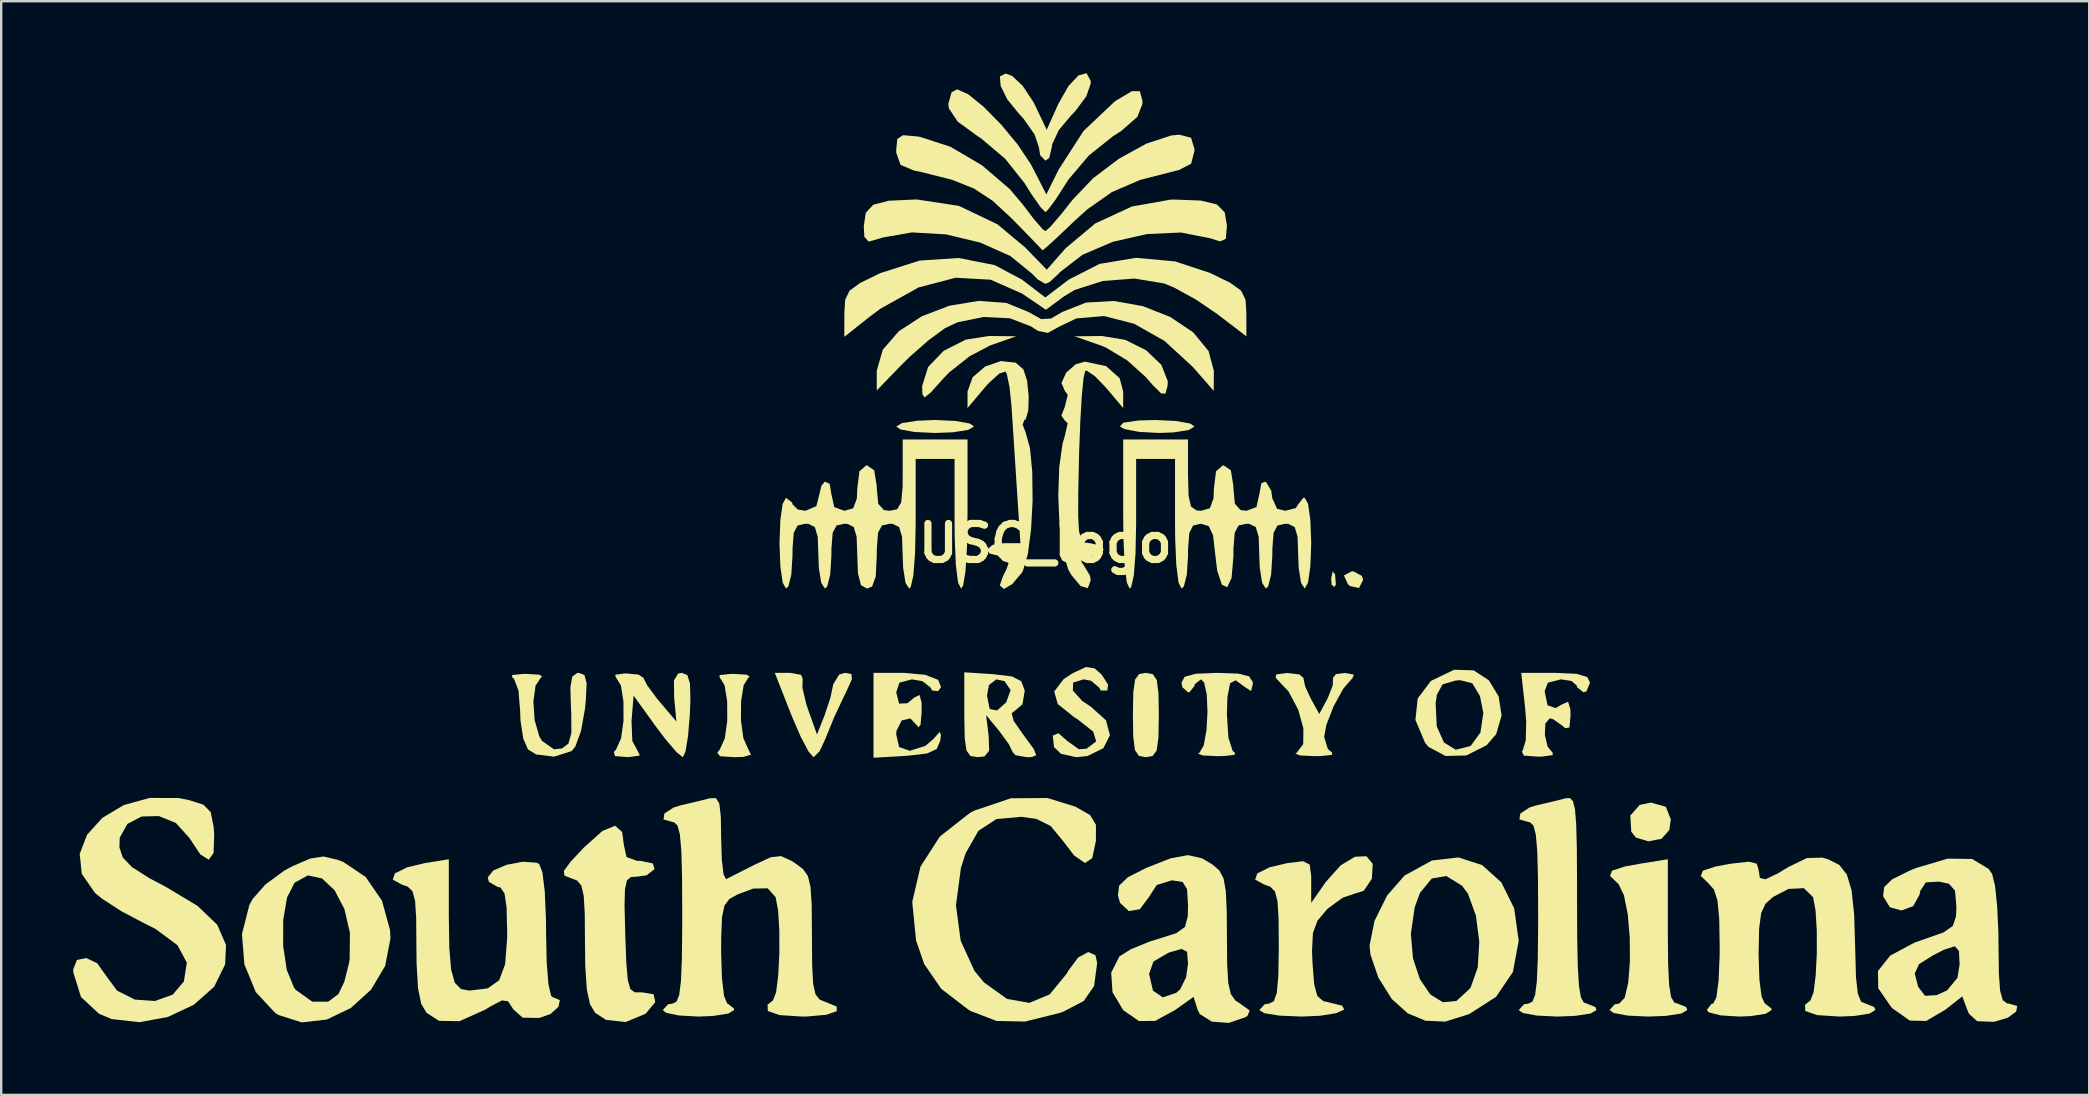
<source format=kicad_pcb>
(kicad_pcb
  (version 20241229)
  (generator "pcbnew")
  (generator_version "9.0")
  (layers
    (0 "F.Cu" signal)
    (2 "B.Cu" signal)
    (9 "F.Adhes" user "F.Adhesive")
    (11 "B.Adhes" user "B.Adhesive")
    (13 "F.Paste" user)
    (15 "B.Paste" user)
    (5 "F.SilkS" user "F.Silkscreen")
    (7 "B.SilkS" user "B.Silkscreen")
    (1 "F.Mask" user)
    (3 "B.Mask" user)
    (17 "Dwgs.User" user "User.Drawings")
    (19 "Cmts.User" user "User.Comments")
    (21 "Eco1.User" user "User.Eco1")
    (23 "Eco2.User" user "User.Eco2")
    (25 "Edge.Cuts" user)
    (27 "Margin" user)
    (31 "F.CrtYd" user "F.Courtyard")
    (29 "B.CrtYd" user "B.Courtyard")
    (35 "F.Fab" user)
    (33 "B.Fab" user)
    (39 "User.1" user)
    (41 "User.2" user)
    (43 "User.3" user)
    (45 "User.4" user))
  (footprint "USC_logo"
    (layer "F.Cu")
    (at 40.513 19.587)
    (property "Reference" "USC_logo" (at 0 0 0) (layer "F.SilkS") (effects (font (size 1.5 1.5) (thickness 0.3))))
    (attr board_only exclude_from_pos_files exclude_from_bom)
    (fp_poly (pts (xy 12.074 1.3) (xy 12.106 1.723) (xy 12.053 1.818) (xy 11.93 1.738) (xy 11.911 1.464) (xy 11.977 1.175)) (stroke (width 0) (type solid)) (fill yes) (layer "F.SilkS"))
    (fp_poly (pts (xy 13.194 1.364) (xy 13.24 1.531) (xy 13.07 1.865) (xy 12.696 1.786) (xy 12.61 1.711) (xy 12.443 1.345) (xy 12.764 1.173) (xy 12.835 1.171)) (stroke (width 0) (type solid)) (fill yes) (layer "F.SilkS"))
    (fp_poly (pts (xy 25.856 10.984) (xy 26.065 11.508) (xy 26 11.957) (xy 25.676 12.318) (xy 25.127 12.424) (xy 24.61 12.266) (xy 24.417 12.024) (xy 24.377 11.348) (xy 24.771 10.906) (xy 25.234 10.809)) (stroke (width 0) (type solid)) (fill yes) (layer "F.SilkS"))
    (fp_poly (pts (xy -3.73 -5.093) (xy -3.145 -4.986) (xy -2.972 -4.864) (xy -3.218 -4.72) (xy -3.861 -4.622) (xy -4.594 -4.594) (xy -5.457 -4.635) (xy -6.043 -4.742) (xy -6.215 -4.864) (xy -5.969 -5.008) (xy -5.326 -5.105) (xy -4.594 -5.134)) (stroke (width 0) (type solid)) (fill yes) (layer "F.SilkS"))
    (fp_poly (pts (xy 5.448 -5.093) (xy 6.038 -4.987) (xy 6.215 -4.864) (xy 5.971 -4.715) (xy 5.341 -4.617) (xy 4.745 -4.594) (xy 3.898 -4.64) (xy 3.292 -4.758) (xy 3.107 -4.864) (xy 3.251 -5.022) (xy 3.877 -5.114) (xy 4.578 -5.134)) (stroke (width 0) (type solid)) (fill yes) (layer "F.SilkS"))
    (fp_poly (pts (xy -1.216 -8.623) (xy -2.297 -8.244) (xy -3.153 -7.793) (xy -4.006 -7.119) (xy -4.256 -6.859) (xy -4.777 -6.278) (xy -5.036 -6.073) (xy -5.124 -6.213) (xy -5.134 -6.551) (xy -4.887 -7.342) (xy -4.235 -8.02) (xy -3.314 -8.484) (xy -2.344 -8.635)) (stroke (width 0) (type solid)) (fill yes) (layer "F.SilkS"))
    (fp_poly (pts (xy 3.331 -8.474) (xy 4.2 -8.04) (xy 4.834 -7.432) (xy 5.102 -6.752) (xy 5.093 -6.558) (xy 5.007 -6.238) (xy 4.831 -6.239) (xy 4.466 -6.601) (xy 4.188 -6.92) (xy 3.421 -7.612) (xy 2.522 -8.154) (xy 2.297 -8.245) (xy 1.216 -8.623) (xy 2.36 -8.635)) (stroke (width 0) (type solid)) (fill yes) (layer "F.SilkS"))
    (fp_poly (pts (xy 4.481 5.459) (xy 4.644 5.703) (xy 4.714 6.255) (xy 4.729 7.161) (xy 4.712 8.111) (xy 4.637 8.641) (xy 4.467 8.87) (xy 4.188 8.917) (xy 3.896 8.862) (xy 3.733 8.618) (xy 3.662 8.066) (xy 3.648 7.161) (xy 3.665 6.21) (xy 3.74 5.68) (xy 3.91 5.451) (xy 4.188 5.404)) (stroke (width 0) (type solid)) (fill yes) (layer "F.SilkS"))
    (fp_poly (pts (xy -12.443 5.479) (xy -12.316 5.558) (xy -12.362 5.583) (xy -12.573 5.921) (xy -12.681 6.59) (xy -12.685 7.391) (xy -12.585 8.124) (xy -12.379 8.59) (xy -12.376 8.593) (xy -12.268 8.813) (xy -12.586 8.906) (xy -12.97 8.917) (xy -13.554 8.877) (xy -13.672 8.732) (xy -13.565 8.593) (xy -13.358 8.131) (xy -13.256 7.4) (xy -13.259 6.599) (xy -13.366 5.927) (xy -13.575 5.585) (xy -13.578 5.583) (xy -13.573 5.496) (xy -13.139 5.449) (xy -12.97 5.447)) (stroke (width 0) (type solid)) (fill yes) (layer "F.SilkS"))
    (fp_poly (pts (xy -10.181 5.485) (xy -10.114 5.643) (xy -10.123 6.028) (xy -9.966 6.694) (xy -9.889 6.927) (xy -9.517 7.971) (xy -9.196 7.161) (xy -8.956 6.436) (xy -8.839 5.877) (xy -8.594 5.476) (xy -8.348 5.404) (xy -8.081 5.449) (xy -8.064 5.671) (xy -8.303 6.205) (xy -8.385 6.367) (xy -8.79 7.228) (xy -9.126 8.049) (xy -9.153 8.123) (xy -9.412 8.677) (xy -9.656 8.917) (xy -9.662 8.917) (xy -9.868 8.685) (xy -10.191 8.074) (xy -10.563 7.213) (xy -10.584 7.161) (xy -11.274 5.404) (xy -10.62 5.404)) (stroke (width 0) (type solid)) (fill yes) (layer "F.SilkS"))
    (fp_poly (pts (xy 1.885 -19.278) (xy 1.891 -19.15) (xy 1.703 -18.617) (xy 1.234 -17.988) (xy 1.081 -17.834) (xy 0.562 -17.218) (xy 0.285 -16.63) (xy 0.27 -16.51) (xy 0.162 -16.056) (xy 0 -15.943) (xy -0.217 -16.17) (xy -0.27 -16.504) (xy -0.453 -17.041) (xy -0.91 -17.692) (xy -1.081 -17.876) (xy -1.586 -18.495) (xy -1.864 -19.058) (xy -1.894 -19.454) (xy -1.655 -19.573) (xy -1.386 -19.474) (xy -0.946 -19.062) (xy -0.497 -18.383) (xy -0.412 -18.215) (xy 0.057 -17.227) (xy 0.537 -18.3) (xy 0.958 -19.045) (xy 1.379 -19.492) (xy 1.716 -19.587)) (stroke (width 0) (type solid)) (fill yes) (layer "F.SilkS"))
    (fp_poly (pts (xy 25.94 16.178) (xy 25.952 17.517) (xy 25.994 18.402) (xy 26.077 18.917) (xy 26.214 19.147) (xy 26.346 19.185) (xy 26.705 19.331) (xy 26.751 19.455) (xy 26.505 19.599) (xy 25.862 19.697) (xy 25.13 19.726) (xy 24.266 19.685) (xy 23.681 19.577) (xy 23.509 19.455) (xy 23.727 19.216) (xy 23.914 19.185) (xy 24.143 18.942) (xy 24.292 18.306) (xy 24.361 17.42) (xy 24.353 16.425) (xy 24.27 15.462) (xy 24.113 14.675) (xy 23.885 14.203) (xy 23.847 14.17) (xy 23.532 13.865) (xy 23.616 13.647) (xy 24.153 13.472) (xy 24.802 13.353) (xy 25.94 13.171)) (stroke (width 0) (type solid)) (fill yes) (layer "F.SilkS"))
    (fp_poly (pts (xy 17.847 5.298) (xy 18.483 5.714) (xy 18.891 6.387) (xy 19.012 7.179) (xy 18.788 7.955) (xy 18.39 8.419) (xy 17.543 8.845) (xy 16.679 8.867) (xy 15.97 8.491) (xy 15.823 8.316) (xy 15.422 7.364) (xy 15.495 6.675) (xy 16.264 6.675) (xy 16.311 7.635) (xy 16.612 8.306) (xy 17.101 8.607) (xy 17.708 8.454) (xy 17.73 8.44) (xy 18.132 7.887) (xy 18.252 7.073) (xy 18.111 6.368) (xy 17.792 5.837) (xy 17.281 5.709) (xy 17.091 5.724) (xy 16.553 5.883) (xy 16.317 6.309) (xy 16.264 6.675) (xy 15.495 6.675) (xy 15.517 6.47) (xy 16.067 5.739) (xy 17.028 5.277) (xy 17.04 5.274)) (stroke (width 0) (type solid)) (fill yes) (layer "F.SilkS"))
    (fp_poly (pts (xy 2.051 5.216) (xy 2.341 5.468) (xy 2.615 5.893) (xy 2.581 6.141) (xy 2.313 6.139) (xy 2.237 6.012) (xy 1.901 5.73) (xy 1.599 5.674) (xy 1.158 5.807) (xy 1.145 6.138) (xy 1.533 6.572) (xy 1.893 6.81) (xy 2.528 7.381) (xy 2.69 8.002) (xy 2.418 8.542) (xy 1.748 8.872) (xy 1.289 8.917) (xy 0.655 8.779) (xy 0.363 8.5) (xy 0.308 8.017) (xy 0.547 7.92) (xy 0.909 8.238) (xy 1.396 8.585) (xy 1.717 8.564) (xy 2.119 8.259) (xy 1.994 7.852) (xy 1.343 7.337) (xy 1.203 7.252) (xy 0.517 6.704) (xy 0.369 6.18) (xy 0.76 5.666) (xy 1.143 5.416) (xy 1.693 5.159)) (stroke (width 0) (type solid)) (fill yes) (layer "F.SilkS"))
    (fp_poly (pts (xy 12.855 5.476) (xy 12.805 5.611) (xy 12.415 6.062) (xy 12.011 6.797) (xy 11.709 7.576) (xy 11.619 8.07) (xy 11.77 8.573) (xy 11.957 8.738) (xy 11.937 8.821) (xy 11.49 8.869) (xy 11.214 8.874) (xy 10.626 8.846) (xy 10.42 8.774) (xy 10.471 8.738) (xy 10.746 8.372) (xy 10.754 7.721) (xy 10.537 6.94) (xy 10.14 6.186) (xy 9.605 5.616) (xy 9.599 5.611) (xy 9.621 5.47) (xy 10.062 5.408) (xy 10.065 5.408) (xy 10.584 5.468) (xy 10.751 5.607) (xy 10.827 5.97) (xy 11.055 6.463) (xy 11.416 7.116) (xy 11.764 6.466) (xy 11.979 5.919) (xy 11.985 5.61) (xy 12.109 5.455) (xy 12.481 5.408)) (stroke (width 0) (type solid)) (fill yes) (layer "F.SilkS"))
    (fp_poly (pts (xy 8.034 5.434) (xy 8.488 5.547) (xy 8.642 5.78) (xy 8.647 5.864) (xy 8.574 6.162) (xy 8.323 5.999) (xy 7.933 5.712) (xy 7.697 5.838) (xy 7.586 6.421) (xy 7.566 7.138) (xy 7.629 8.105) (xy 7.805 8.654) (xy 7.904 8.738) (xy 7.884 8.821) (xy 7.437 8.869) (xy 7.161 8.874) (xy 6.572 8.846) (xy 6.367 8.774) (xy 6.418 8.738) (xy 6.599 8.43) (xy 6.714 7.801) (xy 6.757 7.031) (xy 6.726 6.303) (xy 6.614 5.798) (xy 6.485 5.674) (xy 6.223 5.88) (xy 6.215 5.945) (xy 6.009 6.207) (xy 5.945 6.215) (xy 5.705 5.996) (xy 5.674 5.81) (xy 5.808 5.565) (xy 6.276 5.439) (xy 7.161 5.404)) (stroke (width 0) (type solid)) (fill yes) (layer "F.SilkS"))
    (fp_poly (pts (xy -3.217 -18.711) (xy -2.563 -18.179) (xy -1.834 -17.437) (xy -1.144 -16.603) (xy -0.607 -15.795) (xy -0.532 -15.655) (xy 0.04 -14.535) (xy 0.558 -15.577) (xy 1.591 -17.178) (xy 2.877 -18.395) (xy 2.965 -18.457) (xy 3.607 -18.837) (xy 3.939 -18.836) (xy 4.044 -18.443) (xy 4.045 -18.307) (xy 3.833 -17.766) (xy 3.175 -17.189) (xy 2.822 -16.962) (xy 1.815 -16.16) (xy 0.964 -15.156) (xy 0.872 -15.012) (xy 0.435 -14.33) (xy 0.107 -13.89) (xy 0 -13.798) (xy -0.204 -14.009) (xy -0.581 -14.549) (xy -0.872 -15.012) (xy -1.674 -16.02) (xy -2.678 -16.87) (xy -2.822 -16.962) (xy -3.653 -17.569) (xy -4.017 -18.115) (xy -4.045 -18.307) (xy -3.911 -18.785) (xy -3.68 -18.915)) (stroke (width 0) (type solid)) (fill yes) (layer "F.SilkS"))
    (fp_poly (pts (xy -1.629 -10.014) (xy -0.707 -9.638) (xy -0.172 -9.339) (xy 0.234 -9.363) (xy 0.707 -9.638) (xy 1.7 -10.029) (xy 2.861 -10.094) (xy 4.07 -9.877) (xy 5.209 -9.426) (xy 6.16 -8.787) (xy 6.803 -8.006) (xy 7.022 -7.181) (xy 7.017 -6.35) (xy 6.143 -7.347) (xy 4.968 -8.428) (xy 3.704 -9.144) (xy 2.446 -9.467) (xy 1.29 -9.368) (xy 0.601 -9.037) (xy 0.103 -8.764) (xy -0.31 -8.849) (xy -0.601 -9.037) (xy -1.473 -9.372) (xy -2.571 -9.427) (xy -3.661 -9.206) (xy -4.188 -8.958) (xy -4.862 -8.463) (xy -5.65 -7.771) (xy -6.012 -7.413) (xy -7.026 -6.366) (xy -7.026 -7.189) (xy -6.776 -8.06) (xy -6.108 -8.833) (xy -5.141 -9.461) (xy -3.992 -9.898) (xy -2.782 -10.097)) (stroke (width 0) (type solid)) (fill yes) (layer "F.SilkS"))
    (fp_poly (pts (xy -19.207 5.491) (xy -19.117 5.832) (xy -19.15 6.544) (xy -19.187 6.91) (xy -19.351 7.824) (xy -19.586 8.472) (xy -19.742 8.663) (xy -20.474 8.895) (xy -21.22 8.804) (xy -21.563 8.593) (xy -21.757 8.143) (xy -21.873 7.381) (xy -21.887 6.994) (xy -21.957 6.139) (xy -22.145 5.644) (xy -22.225 5.583) (xy -22.22 5.496) (xy -21.786 5.449) (xy -21.617 5.447) (xy -21.09 5.479) (xy -20.963 5.558) (xy -21.009 5.583) (xy -21.245 5.934) (xy -21.336 6.598) (xy -21.283 7.372) (xy -21.089 8.048) (xy -20.981 8.234) (xy -20.48 8.588) (xy -20.145 8.555) (xy -19.872 8.348) (xy -19.753 7.912) (xy -19.756 7.108) (xy -19.768 6.889) (xy -19.794 6.014) (xy -19.715 5.559) (xy -19.505 5.408) (xy -19.441 5.404)) (stroke (width 0) (type solid)) (fill yes) (layer "F.SilkS"))
    (fp_poly (pts (xy 22.143 5.443) (xy 22.586 5.579) (xy 22.698 5.81) (xy 22.552 6.169) (xy 22.428 6.215) (xy 22.165 6.009) (xy 22.157 5.945) (xy 21.926 5.742) (xy 21.482 5.674) (xy 20.942 5.811) (xy 20.806 6.17) (xy 20.929 6.753) (xy 21.261 6.873) (xy 21.525 6.72) (xy 21.784 6.607) (xy 21.88 6.92) (xy 21.887 7.182) (xy 21.84 7.68) (xy 21.666 7.71) (xy 21.563 7.62) (xy 21.166 7.336) (xy 21.023 7.296) (xy 20.838 7.509) (xy 20.815 7.986) (xy 20.933 8.48) (xy 21.144 8.738) (xy 21.141 8.831) (xy 20.708 8.89) (xy 20.55 8.896) (xy 19.941 8.852) (xy 19.857 8.682) (xy 19.888 8.646) (xy 20.02 8.223) (xy 20.038 7.43) (xy 19.996 6.89) (xy 19.832 5.404) (xy 21.265 5.404)) (stroke (width 0) (type solid)) (fill yes) (layer "F.SilkS"))
    (fp_poly (pts (xy 5.41 -11.743) (xy 6.868 -11.259) (xy 7.702 -10.854) (xy 8.154 -10.529) (xy 8.34 -10.156) (xy 8.377 -9.605) (xy 8.377 -9.595) (xy 8.377 -8.622) (xy 7.141 -9.566) (xy 6.261 -10.163) (xy 5.371 -10.65) (xy 4.947 -10.826) (xy 3.716 -11.029) (xy 2.395 -10.928) (xy 1.219 -10.553) (xy 0.794 -10.298) (xy 0.023 -9.728) (xy -0.972 -10.404) (xy -2.281 -10.981) (xy -3.736 -11.063) (xy -5.282 -10.659) (xy -6.868 -9.776) (xy -7.32 -9.439) (xy -8.377 -8.601) (xy -8.377 -9.585) (xy -8.342 -10.144) (xy -8.162 -10.521) (xy -7.72 -10.845) (xy -6.898 -11.245) (xy -6.868 -11.259) (xy -5.242 -11.777) (xy -3.613 -11.885) (xy -2.112 -11.59) (xy -0.978 -10.987) (xy 0 -10.241) (xy 0.978 -10.987) (xy 2.256 -11.639) (xy 3.776 -11.893)) (stroke (width 0) (type solid)) (fill yes) (layer "F.SilkS"))
    (fp_poly (pts (xy -14.919 5.495) (xy -14.809 5.844) (xy -14.792 6.558) (xy -14.817 7.16) (xy -14.892 8.055) (xy -14.998 8.688) (xy -15.109 8.917) (xy -15.363 8.715) (xy -15.813 8.191) (xy -16.235 7.634) (xy -17.159 6.35) (xy -17.245 7.403) (xy -17.213 8.24) (xy -16.975 8.683) (xy -16.897 8.848) (xy -17.349 8.912) (xy -17.415 8.913) (xy -17.933 8.871) (xy -17.984 8.705) (xy -17.888 8.593) (xy -17.681 8.131) (xy -17.579 7.4) (xy -17.582 6.599) (xy -17.689 5.927) (xy -17.898 5.585) (xy -17.902 5.583) (xy -17.924 5.482) (xy -17.509 5.426) (xy -17.496 5.426) (xy -16.957 5.474) (xy -16.752 5.607) (xy -16.591 5.925) (xy -16.193 6.463) (xy -16.063 6.62) (xy -15.375 7.431) (xy -15.47 6.418) (xy -15.478 5.723) (xy -15.306 5.434) (xy -15.145 5.404)) (stroke (width 0) (type solid)) (fill yes) (layer "F.SilkS"))
    (fp_poly (pts (xy -5.009 5.484) (xy -4.467 5.695) (xy -4.346 5.995) (xy -4.468 6.165) (xy -4.717 6.14) (xy -4.788 6.012) (xy -5.12 5.752) (xy -5.562 5.674) (xy -6.08 5.81) (xy -6.215 6.215) (xy -6.094 6.685) (xy -5.75 6.669) (xy -5.458 6.431) (xy -5.242 6.324) (xy -5.158 6.641) (xy -5.155 7.039) (xy -5.201 7.56) (xy -5.289 7.678) (xy -5.313 7.634) (xy -5.626 7.3) (xy -5.985 7.385) (xy -6.204 7.818) (xy -6.215 7.971) (xy -6.094 8.495) (xy -5.658 8.647) (xy -5.637 8.647) (xy -5.003 8.446) (xy -4.68 8.174) (xy -4.4 7.86) (xy -4.351 7.999) (xy -4.383 8.241) (xy -4.529 8.578) (xy -4.931 8.763) (xy -5.724 8.856) (xy -5.812 8.861) (xy -7.161 8.941) (xy -7.161 7.172) (xy -7.161 5.404) (xy -5.893 5.404)) (stroke (width 0) (type solid)) (fill yes) (layer "F.SilkS"))
    (fp_poly (pts (xy 18.203 13.414) (xy 19.004 14.136) (xy 19.538 15.218) (xy 19.726 16.568) (xy 19.484 17.871) (xy 18.78 18.906) (xy 17.662 19.623) (xy 16.661 19.937) (xy 15.836 19.899) (xy 15.1 19.59) (xy 14.439 18.997) (xy 13.877 18.103) (xy 13.547 17.142) (xy 13.511 16.771) (xy 13.609 16.277) (xy 15.232 16.277) (xy 15.321 17.301) (xy 15.608 18.167) (xy 16.04 18.801) (xy 16.565 19.129) (xy 17.131 19.076) (xy 17.685 18.566) (xy 17.726 18.506) (xy 18.018 17.684) (xy 18.084 16.615) (xy 17.942 15.517) (xy 17.611 14.606) (xy 17.369 14.277) (xy 16.706 13.868) (xy 16.102 13.974) (xy 15.612 14.572) (xy 15.392 15.171) (xy 15.232 16.277) (xy 13.609 16.277) (xy 13.716 15.741) (xy 14.242 14.682) (xy 14.958 13.86) (xy 14.977 13.845) (xy 16.11 13.223) (xy 17.212 13.094)) (stroke (width 0) (type solid)) (fill yes) (layer "F.SilkS"))
    (fp_poly (pts (xy -2.162 5.46) (xy -1.389 5.553) (xy -1.005 5.751) (xy -0.861 6.135) (xy -0.859 6.149) (xy -0.955 6.715) (xy -1.191 6.918) (xy -1.404 7.087) (xy -1.319 7.407) (xy -0.907 7.998) (xy -0.486 8.571) (xy -0.38 8.837) (xy -0.573 8.913) (xy -0.779 8.917) (xy -1.238 8.836) (xy -1.357 8.714) (xy -1.517 8.383) (xy -1.896 7.861) (xy -1.916 7.836) (xy -2.469 7.161) (xy -2.362 8.039) (xy -2.342 8.647) (xy -2.538 8.886) (xy -2.816 8.917) (xy -3.119 8.868) (xy -3.288 8.639) (xy -3.361 8.113) (xy -3.378 7.168) (xy -3.378 7.149) (xy -3.378 6.35) (xy -2.432 6.35) (xy -2.321 6.91) (xy -2.011 6.97) (xy -1.631 6.632) (xy -1.447 6.121) (xy -1.702 5.751) (xy -2.043 5.674) (xy -2.351 5.91) (xy -2.432 6.35) (xy -3.378 6.35) (xy -3.378 5.38)) (stroke (width 0) (type solid)) (fill yes) (layer "F.SilkS"))
    (fp_poly (pts (xy 6.482 -14.279) (xy 7.148 -14.117) (xy 7.476 -13.787) (xy 7.566 -13.237) (xy 7.566 -13.218) (xy 7.521 -12.685) (xy 7.281 -12.577) (xy 6.873 -12.707) (xy 5.653 -12.947) (xy 4.241 -12.884) (xy 2.812 -12.561) (xy 1.542 -12.016) (xy 0.607 -11.293) (xy 0.558 -11.235) (xy 0.179 -10.885) (xy 0 -10.809) (xy -0.32 -10.992) (xy -0.558 -11.235) (xy -1.462 -11.97) (xy -2.714 -12.528) (xy -4.137 -12.869) (xy -5.556 -12.952) (xy -6.795 -12.735) (xy -6.873 -12.707) (xy -7.365 -12.57) (xy -7.543 -12.771) (xy -7.566 -13.218) (xy -7.484 -13.769) (xy -7.172 -14.104) (xy -6.53 -14.272) (xy -5.461 -14.321) (xy -5.332 -14.321) (xy -3.604 -14.058) (xy -1.996 -13.289) (xy -0.837 -12.322) (xy 0.059 -11.397) (xy 0.843 -12.291) (xy 2.082 -13.327) (xy 3.608 -14.032) (xy 5.228 -14.319) (xy 5.379 -14.321)) (stroke (width 0) (type solid)) (fill yes) (layer "F.SilkS"))
    (fp_poly (pts (xy 21.988 10.749) (xy 22.072 11.093) (xy 22.123 11.726) (xy 22.149 12.721) (xy 22.157 14.154) (xy 22.157 14.843) (xy 22.164 16.492) (xy 22.189 17.674) (xy 22.238 18.461) (xy 22.319 18.926) (xy 22.438 19.142) (xy 22.563 19.185) (xy 22.922 19.331) (xy 22.968 19.455) (xy 22.722 19.599) (xy 22.079 19.697) (xy 21.347 19.726) (xy 20.483 19.685) (xy 19.898 19.577) (xy 19.726 19.455) (xy 19.944 19.216) (xy 20.131 19.185) (xy 20.294 19.109) (xy 20.408 18.831) (xy 20.481 18.271) (xy 20.52 17.354) (xy 20.535 16.002) (xy 20.536 15.402) (xy 20.528 13.876) (xy 20.498 12.814) (xy 20.438 12.136) (xy 20.34 11.767) (xy 20.195 11.628) (xy 20.131 11.619) (xy 19.755 11.51) (xy 19.793 11.265) (xy 20.182 11.011) (xy 20.469 10.924) (xy 21.203 10.752) (xy 21.685 10.63) (xy 21.861 10.62)) (stroke (width 0) (type solid)) (fill yes) (layer "F.SilkS"))
    (fp_poly (pts (xy -17.635 12.035) (xy -17.564 12.581) (xy -17.453 13.079) (xy -17.017 13.237) (xy -16.866 13.24) (xy -16.356 13.346) (xy -16.285 13.578) (xy -16.615 13.839) (xy -16.993 13.893) (xy -17.27 13.91) (xy -17.439 14.052) (xy -17.52 14.424) (xy -17.536 15.126) (xy -17.508 16.261) (xy -17.506 16.325) (xy -17.463 17.483) (xy -17.402 18.2) (xy -17.296 18.578) (xy -17.115 18.716) (xy -16.831 18.716) (xy -16.821 18.715) (xy -16.325 18.798) (xy -16.256 19.122) (xy -16.632 19.578) (xy -16.686 19.62) (xy -17.491 19.954) (xy -18.313 19.863) (xy -18.76 19.571) (xy -18.977 19.212) (xy -19.109 18.593) (xy -19.173 17.611) (xy -19.185 16.63) (xy -19.194 15.446) (xy -19.237 14.694) (xy -19.337 14.267) (xy -19.516 14.056) (xy -19.753 13.966) (xy -20.041 13.852) (xy -20.065 13.655) (xy -19.783 13.273) (xy -19.236 12.688) (xy -18.461 11.992) (xy -17.93 11.774)) (stroke (width 0) (type solid)) (fill yes) (layer "F.SilkS"))
    (fp_poly (pts (xy -29.493 13.194) (xy -29.268 13.277) (xy -28.326 13.906) (xy -27.643 14.902) (xy -27.311 16.115) (xy -27.292 16.479) (xy -27.513 17.617) (xy -28.1 18.605) (xy -28.946 19.372) (xy -29.943 19.85) (xy -30.985 19.969) (xy -31.964 19.66) (xy -32.097 19.574) (xy -32.907 18.701) (xy -33.38 17.549) (xy -33.441 16.78) (xy -31.763 16.78) (xy -31.613 17.78) (xy -31.312 18.518) (xy -31.235 18.616) (xy -30.551 19.104) (xy -29.883 19.106) (xy -29.462 18.79) (xy -29.213 18.273) (xy -29.018 17.501) (xy -28.992 17.336) (xy -28.981 16.233) (xy -29.21 15.247) (xy -29.618 14.464) (xy -30.146 13.968) (xy -30.731 13.843) (xy -31.287 14.148) (xy -31.603 14.769) (xy -31.761 15.711) (xy -31.763 16.78) (xy -33.441 16.78) (xy -33.48 16.289) (xy -33.175 15.088) (xy -33.039 14.83) (xy -32.504 14.224) (xy -31.717 13.644) (xy -31.404 13.474) (xy -30.636 13.141) (xy -30.084 13.055)) (stroke (width 0) (type solid)) (fill yes) (layer "F.SilkS"))
    (fp_poly (pts (xy 6.072 -16.896) (xy 6.214 -16.42) (xy 6.215 -16.353) (xy 6.075 -15.814) (xy 5.562 -15.549) (xy 5.472 -15.529) (xy 3.95 -15.139) (xy 2.774 -14.633) (xy 1.749 -13.914) (xy 1.232 -13.446) (xy 0.566 -12.812) (xy 0.083 -12.367) (xy -0.118 -12.202) (xy -0.119 -12.202) (xy -0.301 -12.401) (xy -0.763 -12.88) (xy -1.406 -13.537) (xy -1.408 -13.54) (xy -2.199 -14.271) (xy -2.972 -14.779) (xy -3.901 -15.149) (xy -5.16 -15.465) (xy -5.472 -15.53) (xy -6.033 -15.766) (xy -6.212 -16.262) (xy -6.215 -16.388) (xy -6.17 -16.844) (xy -5.932 -17.003) (xy -5.344 -16.952) (xy -5.221 -16.933) (xy -3.959 -16.522) (xy -2.648 -15.754) (xy -1.481 -14.755) (xy -0.951 -14.127) (xy -0.464 -13.489) (xy -0.107 -13.082) (xy 0 -13.002) (xy 0.222 -13.199) (xy 0.661 -13.712) (xy 1.124 -14.3) (xy 1.989 -15.209) (xy 3.074 -16.027) (xy 4.215 -16.654) (xy 5.25 -16.992) (xy 5.592 -17.023)) (stroke (width 0) (type solid)) (fill yes) (layer "F.SilkS"))
    (fp_poly (pts (xy -1.238 -7.524) (xy -0.914 -7.244) (xy -0.762 -6.775) (xy -0.694 -6.129) (xy -0.712 -5.521) (xy -0.822 -5.162) (xy -0.878 -5.134) (xy -0.946 -4.939) (xy -0.82 -4.611) (xy -0.64 -3.958) (xy -0.545 -2.954) (xy -0.532 -1.77) (xy -0.595 -0.577) (xy -0.73 0.452) (xy -0.933 1.148) (xy -0.977 1.225) (xy -1.38 1.704) (xy -1.729 1.908) (xy -1.891 1.764) (xy -1.891 1.739) (xy -1.778 1.404) (xy -1.612 1.063) (xy -1.477 0.663) (xy -1.752 0.543) (xy -1.882 0.54) (xy -2.326 0.429) (xy -2.432 0.27) (xy -2.2 0.069) (xy -1.736 0) (xy -1.04 0) (xy -1.184 -2.229) (xy -1.265 -3.473) (xy -1.344 -4.69) (xy -1.406 -5.637) (xy -1.412 -5.724) (xy -1.493 -6.507) (xy -1.605 -7.043) (xy -1.659 -7.154) (xy -1.916 -7.073) (xy -2.359 -6.672) (xy -2.533 -6.476) (xy -3.243 -5.633) (xy -3.243 -6.32) (xy -3.029 -6.918) (xy -2.507 -7.365) (xy -1.852 -7.59)) (stroke (width 0) (type solid)) (fill yes) (layer "F.SilkS"))
    (fp_poly (pts (xy 1.257 10.981) (xy 1.87 11.333) (xy 2.108 11.736) (xy 2.108 12.4) (xy 1.954 13.122) (xy 1.653 13.327) (xy 1.201 13.015) (xy 0.753 12.43) (xy 0.222 11.785) (xy -0.377 11.488) (xy -1.007 11.402) (xy -2.037 11.495) (xy -2.789 11.985) (xy -3.324 12.923) (xy -3.519 13.533) (xy -3.725 15.09) (xy -3.529 16.565) (xy -2.956 17.821) (xy -2.56 18.3) (xy -1.6 18.991) (xy -0.669 19.156) (xy 0.179 18.803) (xy 0.889 17.939) (xy 0.95 17.826) (xy 1.364 17.267) (xy 1.786 17.037) (xy 2.087 17.17) (xy 2.158 17.496) (xy 2.032 18.452) (xy 1.599 19.078) (xy 0.75 19.521) (xy 0.6 19.574) (xy -0.844 19.934) (xy -2.036 19.909) (xy -3.112 19.495) (xy -3.216 19.433) (xy -4.337 18.571) (xy -5.048 17.538) (xy -5.388 16.556) (xy -5.547 14.95) (xy -5.205 13.48) (xy -4.395 12.221) (xy -3.148 11.243) (xy -2.967 11.146) (xy -1.437 10.63) (xy 0.088 10.618)) (stroke (width 0) (type solid)) (fill yes) (layer "F.SilkS"))
    (fp_poly (pts (xy 13.643 13.365) (xy 13.605 13.988) (xy 13.268 14.486) (xy 12.926 14.591) (xy 12.389 14.774) (xy 11.78 15.218) (xy 11.729 15.268) (xy 11.337 15.736) (xy 11.15 16.249) (xy 11.113 17.005) (xy 11.133 17.497) (xy 11.203 18.386) (xy 11.333 18.868) (xy 11.58 19.081) (xy 11.822 19.136) (xy 12.373 19.274) (xy 12.452 19.435) (xy 12.122 19.585) (xy 11.449 19.693) (xy 10.673 19.726) (xy 9.756 19.687) (xy 9.127 19.586) (xy 8.917 19.455) (xy 9.136 19.216) (xy 9.322 19.185) (xy 9.521 19.09) (xy 9.645 18.741) (xy 9.708 18.047) (xy 9.728 16.915) (xy 9.728 16.785) (xy 9.719 15.635) (xy 9.674 14.915) (xy 9.567 14.512) (xy 9.373 14.314) (xy 9.124 14.227) (xy 8.742 14.018) (xy 8.834 13.76) (xy 9.341 13.507) (xy 10.089 13.33) (xy 10.738 13.253) (xy 11.015 13.39) (xy 11.078 13.861) (xy 11.079 14.079) (xy 11.079 14.989) (xy 11.687 14.117) (xy 12.305 13.426) (xy 12.902 13.066) (xy 13.381 13.044)) (stroke (width 0) (type solid)) (fill yes) (layer "F.SilkS"))
    (fp_poly (pts (xy 2.533 -7.379) (xy 3.096 -6.875) (xy 3.243 -6.32) (xy 3.243 -5.633) (xy 2.542 -6.465) (xy 2.064 -6.962) (xy 1.722 -7.191) (xy 1.664 -7.187) (xy 1.592 -6.891) (xy 1.52 -6.158) (xy 1.457 -5.094) (xy 1.408 -3.801) (xy 1.402 -3.538) (xy 1.371 -2.1) (xy 1.368 -1.116) (xy 1.404 -0.499) (xy 1.49 -0.166) (xy 1.638 -0.028) (xy 1.859 -0.000035) (xy 1.875 0) (xy 2.323 0.11) (xy 2.432 0.27) (xy 2.203 0.483) (xy 1.837 0.54) (xy 1.443 0.599) (xy 1.525 0.82) (xy 1.567 0.865) (xy 1.855 1.344) (xy 1.891 1.54) (xy 1.77 1.872) (xy 1.468 1.786) (xy 1.085 1.327) (xy 0.953 1.094) (xy 0.731 0.353) (xy 0.591 -0.732) (xy 0.539 -1.972) (xy 0.579 -3.174) (xy 0.717 -4.149) (xy 0.804 -4.441) (xy 0.931 -4.996) (xy 0.794 -5.134) (xy 0.666 -5.32) (xy 0.802 -5.658) (xy 0.935 -6.183) (xy 0.811 -6.35) (xy 0.672 -6.677) (xy 0.867 -7.108) (xy 1.272 -7.461) (xy 1.649 -7.566)) (stroke (width 0) (type solid)) (fill yes) (layer "F.SilkS"))
    (fp_poly (pts (xy -36.132 10.618) (xy -35.695 10.703) (xy -35.082 10.899) (xy -34.784 11.205) (xy -34.663 11.804) (xy -34.638 12.12) (xy -34.661 12.907) (xy -34.863 13.19) (xy -35.219 12.965) (xy -35.676 12.276) (xy -36.233 11.66) (xy -36.942 11.371) (xy -37.662 11.389) (xy -38.252 11.696) (xy -38.574 12.271) (xy -38.587 12.677) (xy -38.445 13.1) (xy -38.062 13.499) (xy -37.339 13.958) (xy -36.654 14.321) (xy -35.33 15.114) (xy -34.507 15.904) (xy -34.145 16.741) (xy -34.18 17.553) (xy -34.639 18.484) (xy -35.483 19.232) (xy -36.569 19.743) (xy -37.757 19.961) (xy -38.906 19.831) (xy -39.437 19.61) (xy -40.188 18.911) (xy -40.505 17.894) (xy -40.513 17.766) (xy -40.358 17.367) (xy -39.967 17.289) (xy -39.513 17.504) (xy -39.179 17.974) (xy -38.687 18.645) (xy -37.942 19.019) (xy -37.113 19.08) (xy -36.368 18.813) (xy -35.901 18.266) (xy -35.777 17.479) (xy -36.165 16.755) (xy -37.076 16.079) (xy -37.602 15.813) (xy -38.507 15.335) (xy -39.306 14.817) (xy -39.607 14.572) (xy -40.155 13.778) (xy -40.242 12.947) (xy -39.934 12.149) (xy -39.301 11.449) (xy -38.411 10.915) (xy -37.332 10.616)) (stroke (width 0) (type solid)) (fill yes) (layer "F.SilkS"))
    (fp_poly (pts (xy -24.86 15.48) (xy -24.84 16.852) (xy -24.764 17.769) (xy -24.61 18.317) (xy -24.354 18.58) (xy -24.002 18.645) (xy -23.241 18.552) (xy -22.763 18.215) (xy -22.512 17.543) (xy -22.429 16.446) (xy -22.428 16.203) (xy -22.452 15.179) (xy -22.538 14.593) (xy -22.708 14.348) (xy -22.833 14.321) (xy -23.191 14.111) (xy -23.238 13.928) (xy -23.004 13.637) (xy -22.444 13.4) (xy -21.774 13.274) (xy -21.208 13.314) (xy -21.094 13.365) (xy -20.959 13.714) (xy -20.861 14.513) (xy -20.811 15.675) (xy -20.806 16.229) (xy -20.781 17.479) (xy -20.708 18.382) (xy -20.598 18.86) (xy -20.536 18.915) (xy -20.233 19.04) (xy -20.291 19.321) (xy -20.622 19.619) (xy -21.091 19.785) (xy -21.78 19.772) (xy -22.172 19.427) (xy -22.188 19.398) (xy -22.393 19.088) (xy -22.646 19.054) (xy -23.123 19.302) (xy -23.354 19.443) (xy -24.412 19.919) (xy -25.265 19.905) (xy -25.786 19.571) (xy -26.009 19.196) (xy -26.143 18.545) (xy -26.203 17.517) (xy -26.211 16.765) (xy -26.22 15.622) (xy -26.265 14.906) (xy -26.373 14.507) (xy -26.571 14.312) (xy -26.814 14.227) (xy -27.196 14.018) (xy -27.104 13.76) (xy -26.597 13.507) (xy -25.85 13.33) (xy -24.86 13.17)) (stroke (width 0) (type solid)) (fill yes) (layer "F.SilkS"))
    (fp_poly (pts (xy 6.534 13.134) (xy 6.965 13.391) (xy 7.248 13.635) (xy 7.425 13.966) (xy 7.521 14.504) (xy 7.56 15.367) (xy 7.566 16.354) (xy 7.576 17.554) (xy 7.623 18.329) (xy 7.73 18.792) (xy 7.919 19.058) (xy 8.143 19.205) (xy 8.518 19.475) (xy 8.423 19.697) (xy 8.346 19.75) (xy 7.643 19.991) (xy 6.936 19.937) (xy 6.436 19.62) (xy 6.349 19.451) (xy 6.176 18.906) (xy 5.41 19.451) (xy 4.574 19.908) (xy 3.898 19.912) (xy 3.249 19.462) (xy 3.243 19.455) (xy 2.799 18.714) (xy 2.747 17.951) (xy 4.323 17.951) (xy 4.485 18.648) (xy 4.898 18.928) (xy 5.454 18.737) (xy 5.62 18.591) (xy 5.865 18.091) (xy 5.945 17.524) (xy 5.905 17.026) (xy 5.678 16.907) (xy 5.134 17.064) (xy 4.504 17.432) (xy 4.323 17.951) (xy 2.747 17.951) (xy 2.744 17.896) (xy 3.085 17.219) (xy 3.57 16.917) (xy 4.344 16.602) (xy 4.707 16.489) (xy 5.455 16.252) (xy 5.818 15.99) (xy 5.935 15.547) (xy 5.945 15.097) (xy 5.905 14.415) (xy 5.72 14.118) (xy 5.287 14.051) (xy 5.262 14.051) (xy 4.639 14.245) (xy 4.316 14.746) (xy 3.94 15.252) (xy 3.48 15.33) (xy 3.114 14.989) (xy 3.024 14.676) (xy 3.075 14.27) (xy 3.434 13.923) (xy 4.206 13.53) (xy 5.226 13.129) (xy 5.947 12.999)) (stroke (width 0) (type solid)) (fill yes) (layer "F.SilkS"))
    (fp_poly (pts (xy 38.621 13.159) (xy 39.31 13.574) (xy 39.458 13.794) (xy 39.576 14.276) (xy 39.667 15.143) (xy 39.716 16.242) (xy 39.721 16.735) (xy 39.735 17.917) (xy 39.788 18.654) (xy 39.898 19.043) (xy 40.079 19.179) (xy 40.149 19.185) (xy 40.5 19.286) (xy 40.458 19.517) (xy 40.118 19.77) (xy 39.572 19.936) (xy 39.495 19.945) (xy 38.835 19.92) (xy 38.491 19.612) (xy 38.424 19.457) (xy 38.212 18.884) (xy 37.505 19.44) (xy 36.708 19.909) (xy 36.023 19.894) (xy 35.308 19.389) (xy 35.25 19.332) (xy 34.709 18.548) (xy 34.699 17.934) (xy 36.23 17.934) (xy 36.373 18.487) (xy 36.658 18.86) (xy 37.147 18.833) (xy 37.577 18.635) (xy 38.011 18.111) (xy 38.1 17.554) (xy 38.071 16.987) (xy 37.9 16.797) (xy 37.46 16.937) (xy 37.006 17.165) (xy 36.407 17.544) (xy 36.23 17.934) (xy 34.699 17.934) (xy 34.697 17.827) (xy 35.207 17.185) (xy 36.229 16.64) (xy 36.652 16.493) (xy 37.429 16.22) (xy 37.817 15.95) (xy 37.951 15.546) (xy 37.965 15.132) (xy 37.908 14.482) (xy 37.657 14.192) (xy 37.243 14.103) (xy 36.689 14.136) (xy 36.459 14.494) (xy 36.432 14.643) (xy 36.163 15.127) (xy 35.678 15.305) (xy 35.191 15.169) (xy 34.914 14.713) (xy 34.911 14.696) (xy 34.958 14.326) (xy 35.288 14.007) (xy 36.004 13.651) (xy 36.29 13.533) (xy 37.604 13.145)) (stroke (width 0) (type solid)) (fill yes) (layer "F.SilkS"))
    (fp_poly (pts (xy 32.621 13.171) (xy 33.085 13.406) (xy 33.401 13.808) (xy 33.599 14.472) (xy 33.706 15.489) (xy 33.75 16.952) (xy 33.75 16.956) (xy 33.782 18.088) (xy 33.858 18.774) (xy 33.996 19.108) (xy 34.182 19.185) (xy 34.542 19.331) (xy 34.587 19.455) (xy 34.343 19.603) (xy 33.713 19.701) (xy 33.101 19.726) (xy 32.16 19.665) (xy 31.667 19.494) (xy 31.659 19.233) (xy 31.885 19.05) (xy 32.013 18.718) (xy 32.102 18.012) (xy 32.149 17.096) (xy 32.148 16.137) (xy 32.097 15.3) (xy 31.992 14.749) (xy 31.991 14.749) (xy 31.609 14.375) (xy 30.972 14.407) (xy 30.324 14.742) (xy 30.01 15.024) (xy 29.829 15.417) (xy 29.745 16.061) (xy 29.723 17.096) (xy 29.723 17.174) (xy 29.757 18.189) (xy 29.848 18.896) (xy 29.982 19.184) (xy 29.994 19.185) (xy 30.256 19.391) (xy 30.264 19.455) (xy 30.021 19.609) (xy 29.399 19.707) (xy 28.913 19.726) (xy 28.142 19.677) (xy 27.653 19.553) (xy 27.562 19.455) (xy 27.767 19.193) (xy 27.832 19.185) (xy 27.963 18.931) (xy 28.056 18.23) (xy 28.1 17.176) (xy 28.102 16.851) (xy 28.082 15.661) (xy 28.01 14.894) (xy 27.864 14.435) (xy 27.63 14.17) (xy 27.315 13.865) (xy 27.399 13.647) (xy 27.936 13.472) (xy 28.585 13.353) (xy 29.311 13.272) (xy 29.646 13.355) (xy 29.723 13.611) (xy 29.777 13.951) (xy 30.007 14.005) (xy 30.516 13.765) (xy 30.976 13.488) (xy 31.733 13.122) (xy 32.371 13.102)) (stroke (width 0) (type solid)) (fill yes) (layer "F.SilkS"))
    (fp_poly (pts (xy -13.587 10.845) (xy -13.524 11.404) (xy -13.511 12.299) (xy -13.483 13.187) (xy -13.411 13.797) (xy -13.31 14) (xy -13.308 13.999) (xy -12.957 13.824) (xy -12.328 13.506) (xy -12.109 13.394) (xy -11.444 13.087) (xy -11.012 13.039) (xy -10.574 13.24) (xy -10.42 13.34) (xy -10.099 13.58) (xy -9.896 13.869) (xy -9.785 14.327) (xy -9.738 15.073) (xy -9.728 16.227) (xy -9.728 16.379) (xy -9.718 17.586) (xy -9.676 18.357) (xy -9.579 18.799) (xy -9.408 19.018) (xy -9.187 19.107) (xy -8.697 19.31) (xy -8.694 19.503) (xy -9.127 19.652) (xy -9.945 19.724) (xy -10.133 19.726) (xy -11.074 19.665) (xy -11.567 19.494) (xy -11.575 19.233) (xy -11.349 19.05) (xy -11.221 18.718) (xy -11.132 18.012) (xy -11.085 17.096) (xy -11.086 16.137) (xy -11.137 15.3) (xy -11.242 14.749) (xy -11.243 14.749) (xy -11.571 14.381) (xy -12.175 14.392) (xy -12.822 14.635) (xy -13.168 14.827) (xy -13.373 15.099) (xy -13.474 15.58) (xy -13.508 16.399) (xy -13.511 17.067) (xy -13.478 18.122) (xy -13.391 18.861) (xy -13.261 19.18) (xy -13.24 19.185) (xy -12.978 19.391) (xy -12.97 19.455) (xy -13.215 19.603) (xy -13.845 19.701) (xy -14.456 19.726) (xy -15.27 19.681) (xy -15.81 19.567) (xy -15.943 19.455) (xy -15.724 19.216) (xy -15.537 19.185) (xy -15.374 19.109) (xy -15.26 18.831) (xy -15.187 18.271) (xy -15.148 17.354) (xy -15.133 16.002) (xy -15.132 15.402) (xy -15.14 13.876) (xy -15.17 12.814) (xy -15.23 12.136) (xy -15.328 11.767) (xy -15.473 11.628) (xy -15.537 11.619) (xy -15.913 11.51) (xy -15.875 11.265) (xy -15.486 11.011) (xy -15.199 10.924) (xy -14.465 10.752) (xy -13.984 10.63) (xy -13.73 10.623)) (stroke (width 0) (type solid)) (fill yes) (layer "F.SilkS"))
    (fp_poly (pts (xy 5.945 -2.837) (xy 5.968 -1.978) (xy 6.07 -1.531) (xy 6.296 -1.367) (xy 6.485 -1.351) (xy 6.858 -1.457) (xy 7.008 -1.87) (xy 7.026 -2.297) (xy 7.113 -2.996) (xy 7.394 -3.241) (xy 7.431 -3.243) (xy 7.731 -3.037) (xy 7.835 -2.383) (xy 7.836 -2.297) (xy 7.897 -1.645) (xy 8.133 -1.382) (xy 8.377 -1.351) (xy 8.797 -1.505) (xy 8.917 -2.043) (xy 9.003 -2.502) (xy 9.187 -2.567) (xy 9.414 -2.186) (xy 9.457 -1.876) (xy 9.656 -1.435) (xy 9.998 -1.351) (xy 10.437 -1.464) (xy 10.538 -1.621) (xy 10.744 -1.884) (xy 10.809 -1.891) (xy 10.947 -1.642) (xy 11.043 -0.972) (xy 11.079 -0.002) (xy 11.079 0) (xy 11.043 0.97) (xy 10.947 1.641) (xy 10.809 1.891) (xy 10.809 1.891) (xy 10.654 1.648) (xy 10.557 1.027) (xy 10.538 0.54) (xy 10.51 -0.27) (xy 10.389 -0.674) (xy 10.123 -0.805) (xy 9.998 -0.811) (xy 9.674 -0.74) (xy 9.512 -0.438) (xy 9.46 0.228) (xy 9.457 0.54) (xy 9.409 1.311) (xy 9.285 1.8) (xy 9.187 1.891) (xy 9.033 1.648) (xy 8.935 1.027) (xy 8.917 0.54) (xy 8.889 -0.27) (xy 8.768 -0.674) (xy 8.502 -0.805) (xy 8.377 -0.811) (xy 8.055 -0.741) (xy 7.893 -0.443) (xy 7.839 0.215) (xy 7.836 0.563) (xy 7.76 1.45) (xy 7.578 1.835) (xy 7.355 1.728) (xy 7.161 1.14) (xy 7.078 0.452) (xy 6.988 -0.335) (xy 6.809 -0.712) (xy 6.48 -0.811) (xy 6.47 -0.811) (xy 6.154 -0.735) (xy 5.997 -0.42) (xy 5.946 0.265) (xy 5.945 0.54) (xy 5.896 1.311) (xy 5.772 1.8) (xy 5.674 1.891) (xy 5.549 1.635) (xy 5.458 0.916) (xy 5.41 -0.187) (xy 5.404 -0.811) (xy 5.404 -3.513) (xy 4.594 -3.513) (xy 3.783 -3.513) (xy 3.783 -0.811) (xy 3.757 0.445) (xy 3.685 1.352) (xy 3.575 1.834) (xy 3.513 1.891) (xy 3.393 1.632) (xy 3.304 0.899) (xy 3.253 -0.244) (xy 3.243 -1.216) (xy 3.243 -4.323) (xy 4.594 -4.323) (xy 5.945 -4.323)) (stroke (width 0) (type solid)) (fill yes) (layer "F.SilkS"))
    (fp_poly (pts (xy -3.243 -1.216) (xy -3.265 0.167) (xy -3.329 1.184) (xy -3.428 1.771) (xy -3.513 1.891) (xy -3.638 1.635) (xy -3.729 0.916) (xy -3.777 -0.187) (xy -3.783 -0.811) (xy -3.783 -3.513) (xy -4.594 -3.513) (xy -5.404 -3.513) (xy -5.404 -0.811) (xy -5.43 0.445) (xy -5.502 1.352) (xy -5.612 1.834) (xy -5.674 1.891) (xy -5.829 1.648) (xy -5.926 1.027) (xy -5.945 0.54) (xy -5.973 -0.27) (xy -6.094 -0.674) (xy -6.36 -0.805) (xy -6.485 -0.811) (xy -6.809 -0.74) (xy -6.971 -0.438) (xy -7.023 0.228) (xy -7.026 0.54) (xy -7.069 1.39) (xy -7.219 1.805) (xy -7.431 1.891) (xy -7.686 1.747) (xy -7.81 1.246) (xy -7.836 0.54) (xy -7.865 -0.27) (xy -7.985 -0.674) (xy -8.252 -0.805) (xy -8.377 -0.811) (xy -8.701 -0.74) (xy -8.862 -0.438) (xy -8.915 0.228) (xy -8.917 0.54) (xy -8.966 1.311) (xy -9.09 1.8) (xy -9.187 1.891) (xy -9.341 1.648) (xy -9.439 1.027) (xy -9.457 0.54) (xy -9.486 -0.27) (xy -9.607 -0.674) (xy -9.873 -0.805) (xy -9.998 -0.811) (xy -10.322 -0.74) (xy -10.484 -0.438) (xy -10.536 0.228) (xy -10.538 0.54) (xy -10.587 1.311) (xy -10.711 1.8) (xy -10.809 1.891) (xy -10.947 1.642) (xy -11.043 0.972) (xy -11.079 0.002) (xy -11.079 0) (xy -11.043 -0.97) (xy -10.947 -1.641) (xy -10.809 -1.891) (xy -10.809 -1.891) (xy -10.546 -1.686) (xy -10.538 -1.621) (xy -10.312 -1.402) (xy -9.998 -1.351) (xy -9.544 -1.544) (xy -9.457 -1.876) (xy -9.333 -2.393) (xy -9.187 -2.567) (xy -8.987 -2.471) (xy -8.917 -2.043) (xy -8.797 -1.505) (xy -8.377 -1.351) (xy -8.004 -1.457) (xy -7.854 -1.87) (xy -7.836 -2.297) (xy -7.748 -2.996) (xy -7.468 -3.241) (xy -7.431 -3.243) (xy -7.131 -3.037) (xy -7.026 -2.383) (xy -7.026 -2.297) (xy -6.965 -1.645) (xy -6.729 -1.382) (xy -6.485 -1.351) (xy -6.173 -1.416) (xy -6.01 -1.694) (xy -5.95 -2.316) (xy -5.945 -2.837) (xy -5.945 -4.323) (xy -4.594 -4.323) (xy -3.243 -4.323)) (stroke (width 0) (type solid)) (fill yes) (layer "F.SilkS")))
  (gr_rect
    (start -3 -3)
    (end 84.013 42.578)
    (stroke (width 0.1) (type default))
    (fill no)
    (layer "Edge.Cuts")))
</source>
